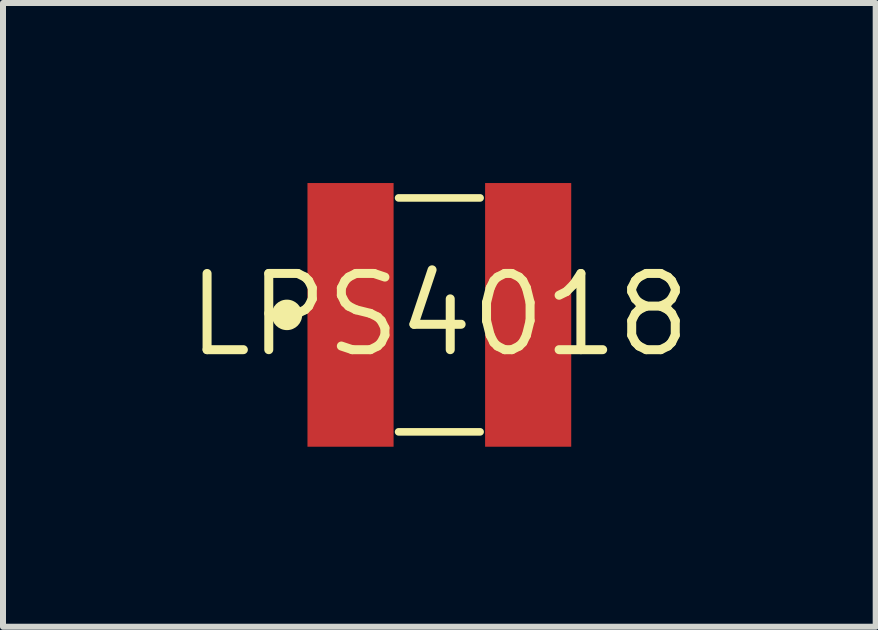
<source format=kicad_pcb>
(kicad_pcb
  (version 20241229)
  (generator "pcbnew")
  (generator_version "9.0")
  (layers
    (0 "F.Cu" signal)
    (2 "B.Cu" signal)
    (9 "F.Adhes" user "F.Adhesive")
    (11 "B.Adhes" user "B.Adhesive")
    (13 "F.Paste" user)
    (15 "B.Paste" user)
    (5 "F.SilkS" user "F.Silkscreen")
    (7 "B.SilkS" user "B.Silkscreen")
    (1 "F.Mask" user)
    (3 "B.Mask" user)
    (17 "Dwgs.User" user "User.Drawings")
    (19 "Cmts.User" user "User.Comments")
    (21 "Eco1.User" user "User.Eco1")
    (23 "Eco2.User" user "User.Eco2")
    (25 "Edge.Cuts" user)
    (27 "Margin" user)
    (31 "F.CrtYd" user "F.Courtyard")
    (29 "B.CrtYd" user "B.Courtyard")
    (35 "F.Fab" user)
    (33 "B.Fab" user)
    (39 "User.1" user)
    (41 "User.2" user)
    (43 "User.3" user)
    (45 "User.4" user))
  (footprint "LPS4018"
    (layer "F.Cu")
    (at 4.271 2.197)
    (property "Reference" "LPS4018" (at 0 0 0) (layer "F.SilkS") (effects (font (size 1.27 1.27) (thickness 0.15))))
    (attr through_hole)
    (fp_line (start -0.679 1.949) (end 0.679 1.949) (stroke (width 0.127) (type solid)) (layer "F.SilkS"))
    (fp_line (start 0.679 -1.949) (end -0.679 -1.949) (stroke (width 0.127) (type solid)) (layer "F.SilkS"))
    (fp_circle (center -2.54 0) (end -2.286 0) (stroke (width 0) (type solid)) (fill yes) (layer "F.SilkS"))
    (pad "1" smd rect (at -1.48 0) (size 1.435 4.394) (layers "F.Cu" "F.Mask" "F.Paste"))
    (pad "2" smd rect (at 1.48 0) (size 1.435 4.394) (layers "F.Cu" "F.Mask" "F.Paste")))
  (gr_rect
    (start -3 -3)
    (end 11.542 7.394)
    (stroke (width 0.1) (type default))
    (fill no)
    (layer "Edge.Cuts")))
</source>
